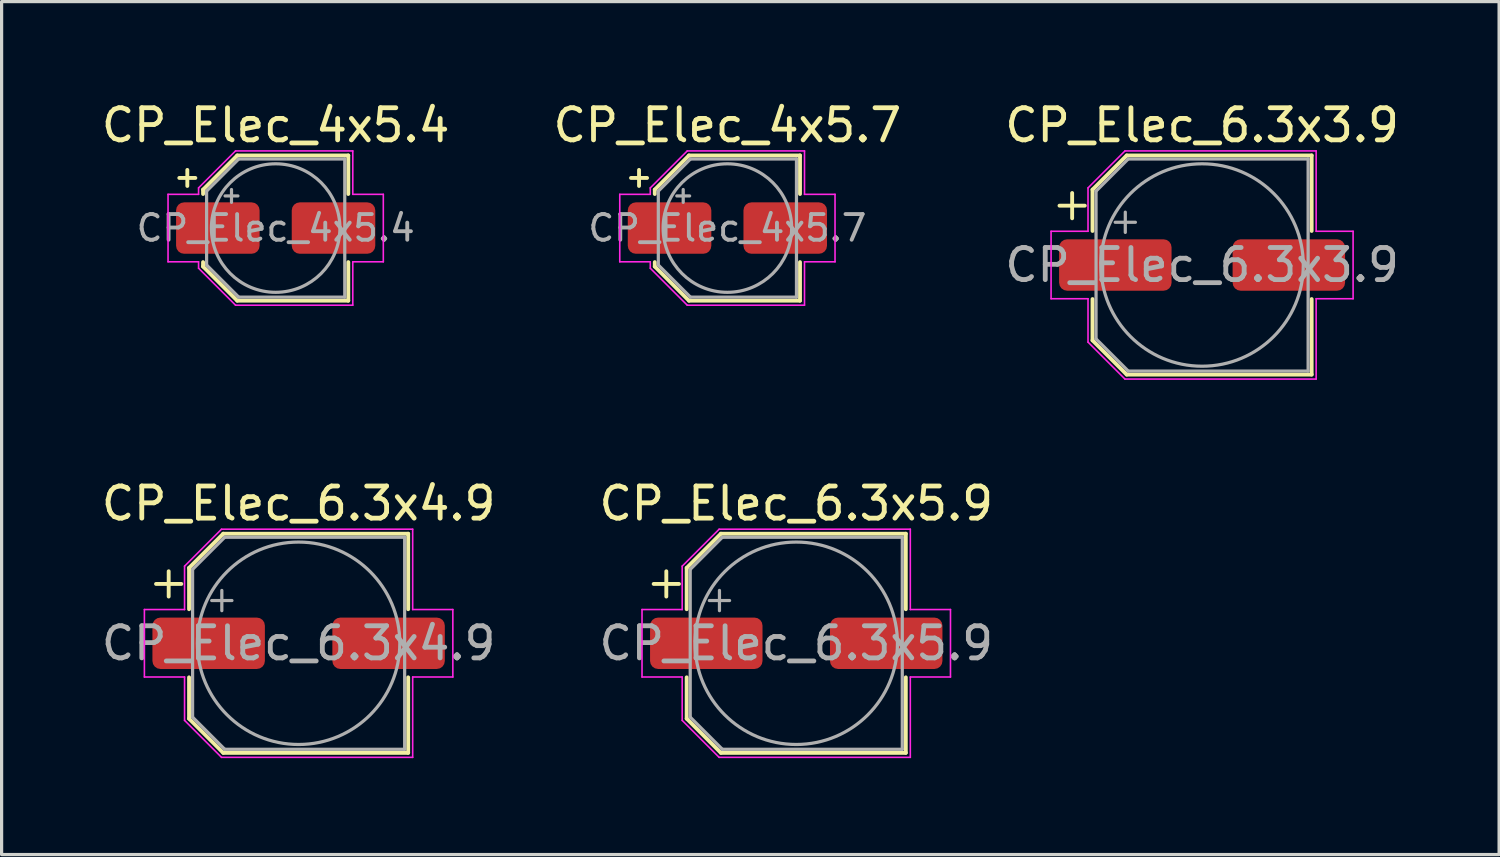
<source format=kicad_pcb>
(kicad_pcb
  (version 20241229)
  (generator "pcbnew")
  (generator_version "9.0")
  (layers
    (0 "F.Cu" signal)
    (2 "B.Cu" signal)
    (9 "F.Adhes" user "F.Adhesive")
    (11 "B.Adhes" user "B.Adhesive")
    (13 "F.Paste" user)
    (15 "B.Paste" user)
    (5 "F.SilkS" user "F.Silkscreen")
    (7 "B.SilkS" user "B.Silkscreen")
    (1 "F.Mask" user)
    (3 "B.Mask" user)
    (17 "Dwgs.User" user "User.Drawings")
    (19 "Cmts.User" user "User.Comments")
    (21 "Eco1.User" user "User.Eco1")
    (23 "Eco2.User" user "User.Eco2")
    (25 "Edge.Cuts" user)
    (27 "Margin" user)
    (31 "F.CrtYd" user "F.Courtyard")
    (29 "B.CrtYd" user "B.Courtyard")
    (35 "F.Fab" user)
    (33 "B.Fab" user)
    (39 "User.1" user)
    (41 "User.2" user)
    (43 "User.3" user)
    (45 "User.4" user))
  (footprint "CP_Elec_6.3x4.9"
    (layer "F.Cu")
    (at 6.244 16.971)
    (property "Reference" "CP_Elec_6.3x4.9" (at 0 -4.35 0) (layer "F.SilkS") (effects (font (size 1 1) (thickness 0.15))))
    (attr smd)
    (fp_line (start -4.438 -1.847) (end -3.65 -1.847) (stroke (width 0.12) (type solid)) (layer "F.SilkS"))
    (fp_line (start -4.044 -2.241) (end -4.044 -1.454) (stroke (width 0.12) (type solid)) (layer "F.SilkS"))
    (fp_line (start -3.41 -2.346) (end -3.41 -1.06) (stroke (width 0.12) (type solid)) (layer "F.SilkS"))
    (fp_line (start -3.41 -2.346) (end -2.346 -3.41) (stroke (width 0.12) (type solid)) (layer "F.SilkS"))
    (fp_line (start -3.41 2.346) (end -3.41 1.06) (stroke (width 0.12) (type solid)) (layer "F.SilkS"))
    (fp_line (start -3.41 2.346) (end -2.346 3.41) (stroke (width 0.12) (type solid)) (layer "F.SilkS"))
    (fp_line (start -2.346 -3.41) (end 3.41 -3.41) (stroke (width 0.12) (type solid)) (layer "F.SilkS"))
    (fp_line (start -2.346 3.41) (end 3.41 3.41) (stroke (width 0.12) (type solid)) (layer "F.SilkS"))
    (fp_line (start 3.41 -3.41) (end 3.41 -1.06) (stroke (width 0.12) (type solid)) (layer "F.SilkS"))
    (fp_line (start 3.41 3.41) (end 3.41 1.06) (stroke (width 0.12) (type solid)) (layer "F.SilkS"))
    (fp_line (start -4.8 -1.05) (end -4.8 1.05) (stroke (width 0.05) (type solid)) (layer "F.CrtYd"))
    (fp_line (start -4.8 1.05) (end -3.55 1.05) (stroke (width 0.05) (type solid)) (layer "F.CrtYd"))
    (fp_line (start -3.55 -2.4) (end -3.55 -1.05) (stroke (width 0.05) (type solid)) (layer "F.CrtYd"))
    (fp_line (start -3.55 -2.4) (end -2.4 -3.55) (stroke (width 0.05) (type solid)) (layer "F.CrtYd"))
    (fp_line (start -3.55 -1.05) (end -4.8 -1.05) (stroke (width 0.05) (type solid)) (layer "F.CrtYd"))
    (fp_line (start -3.55 1.05) (end -3.55 2.4) (stroke (width 0.05) (type solid)) (layer "F.CrtYd"))
    (fp_line (start -3.55 2.4) (end -2.4 3.55) (stroke (width 0.05) (type solid)) (layer "F.CrtYd"))
    (fp_line (start -2.4 -3.55) (end 3.55 -3.55) (stroke (width 0.05) (type solid)) (layer "F.CrtYd"))
    (fp_line (start -2.4 3.55) (end 3.55 3.55) (stroke (width 0.05) (type solid)) (layer "F.CrtYd"))
    (fp_line (start 3.55 -3.55) (end 3.55 -1.05) (stroke (width 0.05) (type solid)) (layer "F.CrtYd"))
    (fp_line (start 3.55 -1.05) (end 4.8 -1.05) (stroke (width 0.05) (type solid)) (layer "F.CrtYd"))
    (fp_line (start 3.55 1.05) (end 3.55 3.55) (stroke (width 0.05) (type solid)) (layer "F.CrtYd"))
    (fp_line (start 4.8 -1.05) (end 4.8 1.05) (stroke (width 0.05) (type solid)) (layer "F.CrtYd"))
    (fp_line (start 4.8 1.05) (end 3.55 1.05) (stroke (width 0.05) (type solid)) (layer "F.CrtYd"))
    (fp_line (start -3.3 -2.3) (end -3.3 2.3) (stroke (width 0.1) (type solid)) (layer "F.Fab"))
    (fp_line (start -3.3 -2.3) (end -2.3 -3.3) (stroke (width 0.1) (type solid)) (layer "F.Fab"))
    (fp_line (start -3.3 2.3) (end -2.3 3.3) (stroke (width 0.1) (type solid)) (layer "F.Fab"))
    (fp_line (start -2.705 -1.33) (end -2.075 -1.33) (stroke (width 0.1) (type solid)) (layer "F.Fab"))
    (fp_line (start -2.39 -1.645) (end -2.39 -1.015) (stroke (width 0.1) (type solid)) (layer "F.Fab"))
    (fp_line (start -2.3 -3.3) (end 3.3 -3.3) (stroke (width 0.1) (type solid)) (layer "F.Fab"))
    (fp_line (start -2.3 3.3) (end 3.3 3.3) (stroke (width 0.1) (type solid)) (layer "F.Fab"))
    (fp_line (start 3.3 -3.3) (end 3.3 3.3) (stroke (width 0.1) (type solid)) (layer "F.Fab"))
    (fp_circle (center 0 0) (end 3.15 0) (stroke (width 0.1) (type solid)) (fill no) (layer "F.Fab"))
    (fp_text user "${REFERENCE}" (at 0 0 0) (layer "F.Fab") (effects (font (size 1 1) (thickness 0.15))))
    (pad "1" smd roundrect (at -2.8 0) (size 3.5 1.6) (layers "F.Cu" "F.Mask" "F.Paste") (roundrect_rratio 0.156))
    (pad "2" smd roundrect (at 2.8 0) (size 3.5 1.6) (layers "F.Cu" "F.Mask" "F.Paste") (roundrect_rratio 0.156)))
  (footprint "CP_Elec_6.3x5.9"
    (layer "F.Cu")
    (at 21.732 16.971)
    (property "Reference" "CP_Elec_6.3x5.9" (at 0 -4.35 0) (layer "F.SilkS") (effects (font (size 1 1) (thickness 0.15))))
    (attr smd)
    (fp_line (start -4.438 -1.847) (end -3.65 -1.847) (stroke (width 0.12) (type solid)) (layer "F.SilkS"))
    (fp_line (start -4.044 -2.241) (end -4.044 -1.454) (stroke (width 0.12) (type solid)) (layer "F.SilkS"))
    (fp_line (start -3.41 -2.346) (end -3.41 -1.06) (stroke (width 0.12) (type solid)) (layer "F.SilkS"))
    (fp_line (start -3.41 -2.346) (end -2.346 -3.41) (stroke (width 0.12) (type solid)) (layer "F.SilkS"))
    (fp_line (start -3.41 2.346) (end -3.41 1.06) (stroke (width 0.12) (type solid)) (layer "F.SilkS"))
    (fp_line (start -3.41 2.346) (end -2.346 3.41) (stroke (width 0.12) (type solid)) (layer "F.SilkS"))
    (fp_line (start -2.346 -3.41) (end 3.41 -3.41) (stroke (width 0.12) (type solid)) (layer "F.SilkS"))
    (fp_line (start -2.346 3.41) (end 3.41 3.41) (stroke (width 0.12) (type solid)) (layer "F.SilkS"))
    (fp_line (start 3.41 -3.41) (end 3.41 -1.06) (stroke (width 0.12) (type solid)) (layer "F.SilkS"))
    (fp_line (start 3.41 3.41) (end 3.41 1.06) (stroke (width 0.12) (type solid)) (layer "F.SilkS"))
    (fp_line (start -4.8 -1.05) (end -4.8 1.05) (stroke (width 0.05) (type solid)) (layer "F.CrtYd"))
    (fp_line (start -4.8 1.05) (end -3.55 1.05) (stroke (width 0.05) (type solid)) (layer "F.CrtYd"))
    (fp_line (start -3.55 -2.4) (end -3.55 -1.05) (stroke (width 0.05) (type solid)) (layer "F.CrtYd"))
    (fp_line (start -3.55 -2.4) (end -2.4 -3.55) (stroke (width 0.05) (type solid)) (layer "F.CrtYd"))
    (fp_line (start -3.55 -1.05) (end -4.8 -1.05) (stroke (width 0.05) (type solid)) (layer "F.CrtYd"))
    (fp_line (start -3.55 1.05) (end -3.55 2.4) (stroke (width 0.05) (type solid)) (layer "F.CrtYd"))
    (fp_line (start -3.55 2.4) (end -2.4 3.55) (stroke (width 0.05) (type solid)) (layer "F.CrtYd"))
    (fp_line (start -2.4 -3.55) (end 3.55 -3.55) (stroke (width 0.05) (type solid)) (layer "F.CrtYd"))
    (fp_line (start -2.4 3.55) (end 3.55 3.55) (stroke (width 0.05) (type solid)) (layer "F.CrtYd"))
    (fp_line (start 3.55 -3.55) (end 3.55 -1.05) (stroke (width 0.05) (type solid)) (layer "F.CrtYd"))
    (fp_line (start 3.55 -1.05) (end 4.8 -1.05) (stroke (width 0.05) (type solid)) (layer "F.CrtYd"))
    (fp_line (start 3.55 1.05) (end 3.55 3.55) (stroke (width 0.05) (type solid)) (layer "F.CrtYd"))
    (fp_line (start 4.8 -1.05) (end 4.8 1.05) (stroke (width 0.05) (type solid)) (layer "F.CrtYd"))
    (fp_line (start 4.8 1.05) (end 3.55 1.05) (stroke (width 0.05) (type solid)) (layer "F.CrtYd"))
    (fp_line (start -3.3 -2.3) (end -3.3 2.3) (stroke (width 0.1) (type solid)) (layer "F.Fab"))
    (fp_line (start -3.3 -2.3) (end -2.3 -3.3) (stroke (width 0.1) (type solid)) (layer "F.Fab"))
    (fp_line (start -3.3 2.3) (end -2.3 3.3) (stroke (width 0.1) (type solid)) (layer "F.Fab"))
    (fp_line (start -2.705 -1.33) (end -2.075 -1.33) (stroke (width 0.1) (type solid)) (layer "F.Fab"))
    (fp_line (start -2.39 -1.645) (end -2.39 -1.015) (stroke (width 0.1) (type solid)) (layer "F.Fab"))
    (fp_line (start -2.3 -3.3) (end 3.3 -3.3) (stroke (width 0.1) (type solid)) (layer "F.Fab"))
    (fp_line (start -2.3 3.3) (end 3.3 3.3) (stroke (width 0.1) (type solid)) (layer "F.Fab"))
    (fp_line (start 3.3 -3.3) (end 3.3 3.3) (stroke (width 0.1) (type solid)) (layer "F.Fab"))
    (fp_circle (center 0 0) (end 3.15 0) (stroke (width 0.1) (type solid)) (fill no) (layer "F.Fab"))
    (fp_text user "${REFERENCE}" (at 0 0 0) (layer "F.Fab") (effects (font (size 1 1) (thickness 0.15))))
    (pad "1" smd roundrect (at -2.8 0) (size 3.5 1.6) (layers "F.Cu" "F.Mask" "F.Paste") (roundrect_rratio 0.156))
    (pad "2" smd roundrect (at 2.8 0) (size 3.5 1.6) (layers "F.Cu" "F.Mask" "F.Paste") (roundrect_rratio 0.156)))
  (footprint "CP_Elec_4x5.4"
    (layer "F.Cu")
    (at 5.53 4.048)
    (property "Reference" "CP_Elec_4x5.4" (at 0 -3.2 0) (layer "F.SilkS") (effects (font (size 1 1) (thickness 0.15))))
    (attr smd)
    (fp_line (start -3 -1.56) (end -2.5 -1.56) (stroke (width 0.12) (type solid)) (layer "F.SilkS"))
    (fp_line (start -2.75 -1.81) (end -2.75 -1.31) (stroke (width 0.12) (type solid)) (layer "F.SilkS"))
    (fp_line (start -2.26 -1.196) (end -2.26 -1.06) (stroke (width 0.12) (type solid)) (layer "F.SilkS"))
    (fp_line (start -2.26 -1.196) (end -1.196 -2.26) (stroke (width 0.12) (type solid)) (layer "F.SilkS"))
    (fp_line (start -2.26 1.196) (end -2.26 1.06) (stroke (width 0.12) (type solid)) (layer "F.SilkS"))
    (fp_line (start -2.26 1.196) (end -1.196 2.26) (stroke (width 0.12) (type solid)) (layer "F.SilkS"))
    (fp_line (start -1.196 -2.26) (end 2.26 -2.26) (stroke (width 0.12) (type solid)) (layer "F.SilkS"))
    (fp_line (start -1.196 2.26) (end 2.26 2.26) (stroke (width 0.12) (type solid)) (layer "F.SilkS"))
    (fp_line (start 2.26 -2.26) (end 2.26 -1.06) (stroke (width 0.12) (type solid)) (layer "F.SilkS"))
    (fp_line (start 2.26 2.26) (end 2.26 1.06) (stroke (width 0.12) (type solid)) (layer "F.SilkS"))
    (fp_line (start -3.35 -1.05) (end -3.35 1.05) (stroke (width 0.05) (type solid)) (layer "F.CrtYd"))
    (fp_line (start -3.35 1.05) (end -2.4 1.05) (stroke (width 0.05) (type solid)) (layer "F.CrtYd"))
    (fp_line (start -2.4 -1.25) (end -2.4 -1.05) (stroke (width 0.05) (type solid)) (layer "F.CrtYd"))
    (fp_line (start -2.4 -1.25) (end -1.25 -2.4) (stroke (width 0.05) (type solid)) (layer "F.CrtYd"))
    (fp_line (start -2.4 -1.05) (end -3.35 -1.05) (stroke (width 0.05) (type solid)) (layer "F.CrtYd"))
    (fp_line (start -2.4 1.05) (end -2.4 1.25) (stroke (width 0.05) (type solid)) (layer "F.CrtYd"))
    (fp_line (start -2.4 1.25) (end -1.25 2.4) (stroke (width 0.05) (type solid)) (layer "F.CrtYd"))
    (fp_line (start -1.25 -2.4) (end 2.4 -2.4) (stroke (width 0.05) (type solid)) (layer "F.CrtYd"))
    (fp_line (start -1.25 2.4) (end 2.4 2.4) (stroke (width 0.05) (type solid)) (layer "F.CrtYd"))
    (fp_line (start 2.4 -2.4) (end 2.4 -1.05) (stroke (width 0.05) (type solid)) (layer "F.CrtYd"))
    (fp_line (start 2.4 -1.05) (end 3.35 -1.05) (stroke (width 0.05) (type solid)) (layer "F.CrtYd"))
    (fp_line (start 2.4 1.05) (end 2.4 2.4) (stroke (width 0.05) (type solid)) (layer "F.CrtYd"))
    (fp_line (start 3.35 -1.05) (end 3.35 1.05) (stroke (width 0.05) (type solid)) (layer "F.CrtYd"))
    (fp_line (start 3.35 1.05) (end 2.4 1.05) (stroke (width 0.05) (type solid)) (layer "F.CrtYd"))
    (fp_line (start -2.15 -1.15) (end -2.15 1.15) (stroke (width 0.1) (type solid)) (layer "F.Fab"))
    (fp_line (start -2.15 -1.15) (end -1.15 -2.15) (stroke (width 0.1) (type solid)) (layer "F.Fab"))
    (fp_line (start -2.15 1.15) (end -1.15 2.15) (stroke (width 0.1) (type solid)) (layer "F.Fab"))
    (fp_line (start -1.575 -1) (end -1.175 -1) (stroke (width 0.1) (type solid)) (layer "F.Fab"))
    (fp_line (start -1.375 -1.2) (end -1.375 -0.8) (stroke (width 0.1) (type solid)) (layer "F.Fab"))
    (fp_line (start -1.15 -2.15) (end 2.15 -2.15) (stroke (width 0.1) (type solid)) (layer "F.Fab"))
    (fp_line (start -1.15 2.15) (end 2.15 2.15) (stroke (width 0.1) (type solid)) (layer "F.Fab"))
    (fp_line (start 2.15 -2.15) (end 2.15 2.15) (stroke (width 0.1) (type solid)) (layer "F.Fab"))
    (fp_circle (center 0 0) (end 2 0) (stroke (width 0.1) (type solid)) (fill no) (layer "F.Fab"))
    (fp_text user "${REFERENCE}" (at 0 0 0) (layer "F.Fab") (effects (font (size 0.8 0.8) (thickness 0.12))))
    (pad "1" smd roundrect (at -1.8 0) (size 2.6 1.6) (layers "F.Cu" "F.Mask" "F.Paste") (roundrect_rratio 0.156))
    (pad "2" smd roundrect (at 1.8 0) (size 2.6 1.6) (layers "F.Cu" "F.Mask" "F.Paste") (roundrect_rratio 0.156)))
  (footprint "CP_Elec_6.3x3.9"
    (layer "F.Cu")
    (at 34.363 5.198)
    (property "Reference" "CP_Elec_6.3x3.9" (at 0 -4.35 0) (layer "F.SilkS") (effects (font (size 1 1) (thickness 0.15))))
    (attr smd)
    (fp_line (start -4.438 -1.847) (end -3.65 -1.847) (stroke (width 0.12) (type solid)) (layer "F.SilkS"))
    (fp_line (start -4.044 -2.241) (end -4.044 -1.454) (stroke (width 0.12) (type solid)) (layer "F.SilkS"))
    (fp_line (start -3.41 -2.346) (end -3.41 -1.06) (stroke (width 0.12) (type solid)) (layer "F.SilkS"))
    (fp_line (start -3.41 -2.346) (end -2.346 -3.41) (stroke (width 0.12) (type solid)) (layer "F.SilkS"))
    (fp_line (start -3.41 2.346) (end -3.41 1.06) (stroke (width 0.12) (type solid)) (layer "F.SilkS"))
    (fp_line (start -3.41 2.346) (end -2.346 3.41) (stroke (width 0.12) (type solid)) (layer "F.SilkS"))
    (fp_line (start -2.346 -3.41) (end 3.41 -3.41) (stroke (width 0.12) (type solid)) (layer "F.SilkS"))
    (fp_line (start -2.346 3.41) (end 3.41 3.41) (stroke (width 0.12) (type solid)) (layer "F.SilkS"))
    (fp_line (start 3.41 -3.41) (end 3.41 -1.06) (stroke (width 0.12) (type solid)) (layer "F.SilkS"))
    (fp_line (start 3.41 3.41) (end 3.41 1.06) (stroke (width 0.12) (type solid)) (layer "F.SilkS"))
    (fp_line (start -4.7 -1.05) (end -4.7 1.05) (stroke (width 0.05) (type solid)) (layer "F.CrtYd"))
    (fp_line (start -4.7 1.05) (end -3.55 1.05) (stroke (width 0.05) (type solid)) (layer "F.CrtYd"))
    (fp_line (start -3.55 -2.4) (end -3.55 -1.05) (stroke (width 0.05) (type solid)) (layer "F.CrtYd"))
    (fp_line (start -3.55 -2.4) (end -2.4 -3.55) (stroke (width 0.05) (type solid)) (layer "F.CrtYd"))
    (fp_line (start -3.55 -1.05) (end -4.7 -1.05) (stroke (width 0.05) (type solid)) (layer "F.CrtYd"))
    (fp_line (start -3.55 1.05) (end -3.55 2.4) (stroke (width 0.05) (type solid)) (layer "F.CrtYd"))
    (fp_line (start -3.55 2.4) (end -2.4 3.55) (stroke (width 0.05) (type solid)) (layer "F.CrtYd"))
    (fp_line (start -2.4 -3.55) (end 3.55 -3.55) (stroke (width 0.05) (type solid)) (layer "F.CrtYd"))
    (fp_line (start -2.4 3.55) (end 3.55 3.55) (stroke (width 0.05) (type solid)) (layer "F.CrtYd"))
    (fp_line (start 3.55 -3.55) (end 3.55 -1.05) (stroke (width 0.05) (type solid)) (layer "F.CrtYd"))
    (fp_line (start 3.55 -1.05) (end 4.7 -1.05) (stroke (width 0.05) (type solid)) (layer "F.CrtYd"))
    (fp_line (start 3.55 1.05) (end 3.55 3.55) (stroke (width 0.05) (type solid)) (layer "F.CrtYd"))
    (fp_line (start 4.7 -1.05) (end 4.7 1.05) (stroke (width 0.05) (type solid)) (layer "F.CrtYd"))
    (fp_line (start 4.7 1.05) (end 3.55 1.05) (stroke (width 0.05) (type solid)) (layer "F.CrtYd"))
    (fp_line (start -3.3 -2.3) (end -3.3 2.3) (stroke (width 0.1) (type solid)) (layer "F.Fab"))
    (fp_line (start -3.3 -2.3) (end -2.3 -3.3) (stroke (width 0.1) (type solid)) (layer "F.Fab"))
    (fp_line (start -3.3 2.3) (end -2.3 3.3) (stroke (width 0.1) (type solid)) (layer "F.Fab"))
    (fp_line (start -2.705 -1.33) (end -2.075 -1.33) (stroke (width 0.1) (type solid)) (layer "F.Fab"))
    (fp_line (start -2.39 -1.645) (end -2.39 -1.015) (stroke (width 0.1) (type solid)) (layer "F.Fab"))
    (fp_line (start -2.3 -3.3) (end 3.3 -3.3) (stroke (width 0.1) (type solid)) (layer "F.Fab"))
    (fp_line (start -2.3 3.3) (end 3.3 3.3) (stroke (width 0.1) (type solid)) (layer "F.Fab"))
    (fp_line (start 3.3 -3.3) (end 3.3 3.3) (stroke (width 0.1) (type solid)) (layer "F.Fab"))
    (fp_circle (center 0 0) (end 3.15 0) (stroke (width 0.1) (type solid)) (fill no) (layer "F.Fab"))
    (fp_text user "${REFERENCE}" (at 0 0 0) (layer "F.Fab") (effects (font (size 1 1) (thickness 0.15))))
    (pad "1" smd roundrect (at -2.7 0) (size 3.5 1.6) (layers "F.Cu" "F.Mask" "F.Paste") (roundrect_rratio 0.156))
    (pad "2" smd roundrect (at 2.7 0) (size 3.5 1.6) (layers "F.Cu" "F.Mask" "F.Paste") (roundrect_rratio 0.156)))
  (footprint "CP_Elec_4x5.7"
    (layer "F.Cu")
    (at 19.589 4.048)
    (property "Reference" "CP_Elec_4x5.7" (at 0 -3.2 0) (layer "F.SilkS") (effects (font (size 1 1) (thickness 0.15))))
    (attr smd)
    (fp_line (start -3 -1.56) (end -2.5 -1.56) (stroke (width 0.12) (type solid)) (layer "F.SilkS"))
    (fp_line (start -2.75 -1.81) (end -2.75 -1.31) (stroke (width 0.12) (type solid)) (layer "F.SilkS"))
    (fp_line (start -2.26 -1.196) (end -2.26 -1.06) (stroke (width 0.12) (type solid)) (layer "F.SilkS"))
    (fp_line (start -2.26 -1.196) (end -1.196 -2.26) (stroke (width 0.12) (type solid)) (layer "F.SilkS"))
    (fp_line (start -2.26 1.196) (end -2.26 1.06) (stroke (width 0.12) (type solid)) (layer "F.SilkS"))
    (fp_line (start -2.26 1.196) (end -1.196 2.26) (stroke (width 0.12) (type solid)) (layer "F.SilkS"))
    (fp_line (start -1.196 -2.26) (end 2.26 -2.26) (stroke (width 0.12) (type solid)) (layer "F.SilkS"))
    (fp_line (start -1.196 2.26) (end 2.26 2.26) (stroke (width 0.12) (type solid)) (layer "F.SilkS"))
    (fp_line (start 2.26 -2.26) (end 2.26 -1.06) (stroke (width 0.12) (type solid)) (layer "F.SilkS"))
    (fp_line (start 2.26 2.26) (end 2.26 1.06) (stroke (width 0.12) (type solid)) (layer "F.SilkS"))
    (fp_line (start -3.35 -1.05) (end -3.35 1.05) (stroke (width 0.05) (type solid)) (layer "F.CrtYd"))
    (fp_line (start -3.35 1.05) (end -2.4 1.05) (stroke (width 0.05) (type solid)) (layer "F.CrtYd"))
    (fp_line (start -2.4 -1.25) (end -2.4 -1.05) (stroke (width 0.05) (type solid)) (layer "F.CrtYd"))
    (fp_line (start -2.4 -1.25) (end -1.25 -2.4) (stroke (width 0.05) (type solid)) (layer "F.CrtYd"))
    (fp_line (start -2.4 -1.05) (end -3.35 -1.05) (stroke (width 0.05) (type solid)) (layer "F.CrtYd"))
    (fp_line (start -2.4 1.05) (end -2.4 1.25) (stroke (width 0.05) (type solid)) (layer "F.CrtYd"))
    (fp_line (start -2.4 1.25) (end -1.25 2.4) (stroke (width 0.05) (type solid)) (layer "F.CrtYd"))
    (fp_line (start -1.25 -2.4) (end 2.4 -2.4) (stroke (width 0.05) (type solid)) (layer "F.CrtYd"))
    (fp_line (start -1.25 2.4) (end 2.4 2.4) (stroke (width 0.05) (type solid)) (layer "F.CrtYd"))
    (fp_line (start 2.4 -2.4) (end 2.4 -1.05) (stroke (width 0.05) (type solid)) (layer "F.CrtYd"))
    (fp_line (start 2.4 -1.05) (end 3.35 -1.05) (stroke (width 0.05) (type solid)) (layer "F.CrtYd"))
    (fp_line (start 2.4 1.05) (end 2.4 2.4) (stroke (width 0.05) (type solid)) (layer "F.CrtYd"))
    (fp_line (start 3.35 -1.05) (end 3.35 1.05) (stroke (width 0.05) (type solid)) (layer "F.CrtYd"))
    (fp_line (start 3.35 1.05) (end 2.4 1.05) (stroke (width 0.05) (type solid)) (layer "F.CrtYd"))
    (fp_line (start -2.15 -1.15) (end -2.15 1.15) (stroke (width 0.1) (type solid)) (layer "F.Fab"))
    (fp_line (start -2.15 -1.15) (end -1.15 -2.15) (stroke (width 0.1) (type solid)) (layer "F.Fab"))
    (fp_line (start -2.15 1.15) (end -1.15 2.15) (stroke (width 0.1) (type solid)) (layer "F.Fab"))
    (fp_line (start -1.575 -1) (end -1.175 -1) (stroke (width 0.1) (type solid)) (layer "F.Fab"))
    (fp_line (start -1.375 -1.2) (end -1.375 -0.8) (stroke (width 0.1) (type solid)) (layer "F.Fab"))
    (fp_line (start -1.15 -2.15) (end 2.15 -2.15) (stroke (width 0.1) (type solid)) (layer "F.Fab"))
    (fp_line (start -1.15 2.15) (end 2.15 2.15) (stroke (width 0.1) (type solid)) (layer "F.Fab"))
    (fp_line (start 2.15 -2.15) (end 2.15 2.15) (stroke (width 0.1) (type solid)) (layer "F.Fab"))
    (fp_circle (center 0 0) (end 2 0) (stroke (width 0.1) (type solid)) (fill no) (layer "F.Fab"))
    (fp_text user "${REFERENCE}" (at 0 0 0) (layer "F.Fab") (effects (font (size 0.8 0.8) (thickness 0.12))))
    (pad "1" smd roundrect (at -1.8 0) (size 2.6 1.6) (layers "F.Cu" "F.Mask" "F.Paste") (roundrect_rratio 0.156))
    (pad "2" smd roundrect (at 1.8 0) (size 2.6 1.6) (layers "F.Cu" "F.Mask" "F.Paste") (roundrect_rratio 0.156)))
  (gr_rect
    (start -3 -3)
    (end 43.607 23.547)
    (stroke (width 0.1) (type default))
    (fill no)
    (layer "Edge.Cuts")))
</source>
